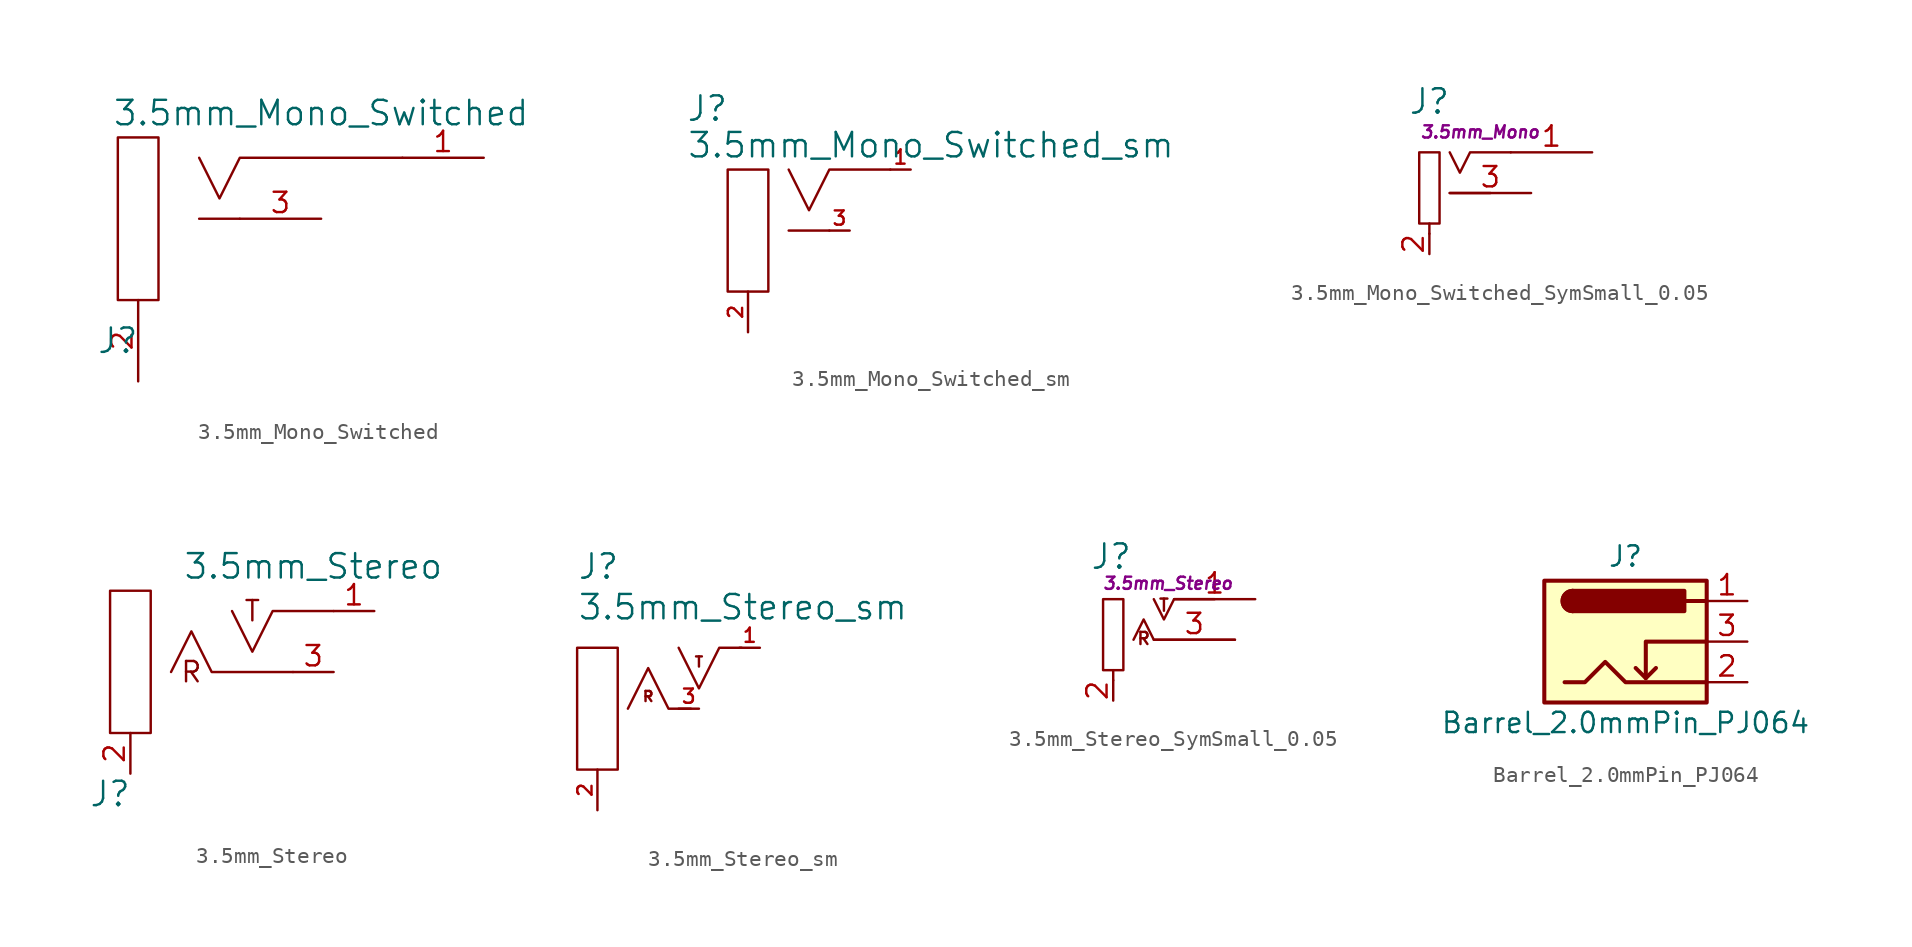
<source format=kicad_sym>
(kicad_symbol_lib
  (version 20211014)
  (generator kicad_symbol_editor)
  (symbol "3.5mm_Mono_Switched"
    (pin_names
      (offset 0) hide)
    (property "Reference" "J"
      (at -6.35 -7.62 0)
      (effects (font (size 1.524 1.524))))
    (property "Value" "3.5mm_Mono_Switched"
      (at 6.35 6.604 0)
      (effects (font (size 1.524 1.524))))
    (property "Datasheet" ""
      (at 0 0 0)
      (effects (font (size 1.524 1.524))))
    (symbol "3.5mm_Mono_Switched_0_0"
      (rectangle (start -6.35 5.08) (end -3.81 -5.08) (stroke (width 0) (type default) (color 0 0 0 0)) (fill (type none)))
      (polyline (pts (xy -1.27 0) (xy 1.27 0)) (stroke (width 0) (type default) (color 0 0 0 0)) (fill (type none)))
      (polyline (pts (xy -1.27 3.81) (xy 0 1.27) (xy 1.27 3.81) (xy 11.43 3.81)) (stroke (width 0) (type default) (color 0 0 0 0)) (fill (type none))))
    (symbol "3.5mm_Mono_Switched_1_1"
      (pin passive line (at 16.51 3.81 180) (length 5.08) (name "SIG" (effects (font (size 1.27 1.27)))) (number "1" (effects (font (size 1.27 1.27)))))
      (pin passive line (at -5.08 -10.16 90) (length 5.08) (name "SHEILD" (effects (font (size 1.27 1.27)))) (number "2" (effects (font (size 1.27 1.27)))))
      (pin passive line (at 6.35 0 180) (length 5.08) (name "SW" (effects (font (size 1.27 1.27)))) (number "3" (effects (font (size 1.27 1.27)))))))
  (symbol "3.5mm_Mono_Switched_sm"
    (pin_names
      (offset 0) hide)
    (property "Reference" "J"
      (at -7.62 8.89 0)
      (effects (font (size 1.524 1.524))))
    (property "Value" "3.5mm_Mono_Switched_sm"
      (at 6.35 6.604 0)
      (effects (font (size 1.524 1.524))))
    (property "Datasheet" ""
      (at -1.27 1.27 0)
      (effects (font (size 1.524 1.524))))
    (symbol "3.5mm_Mono_Switched_sm_0_0"
      (rectangle (start -6.35 5.08) (end -3.81 -2.54) (stroke (width 0) (type default) (color 0 0 0 0)) (fill (type none)))
      (polyline (pts (xy -2.54 1.27) (xy 0 1.27)) (stroke (width 0) (type default) (color 0 0 0 0)) (fill (type none)))
      (polyline (pts (xy -2.54 5.08) (xy -1.27 2.54) (xy 0 5.08) (xy 3.81 5.08)) (stroke (width 0) (type default) (color 0 0 0 0)) (fill (type none))))
    (symbol "3.5mm_Mono_Switched_sm_1_1"
      (pin passive line (at 5.08 5.08 180) (length 1.27) (name "SIG" (effects (font (size 1.27 1.27)))) (number "1" (effects (font (size 0.889 0.889)))))
      (pin passive line (at -5.08 -5.08 90) (length 2.54) (name "SHEILD" (effects (font (size 1.27 1.27)))) (number "2" (effects (font (size 0.889 0.889)))))
      (pin passive line (at 1.27 1.27 180) (length 1.27) (name "SW" (effects (font (size 1.27 1.27)))) (number "3" (effects (font (size 0.889 0.889)))))))
  (symbol "3.5mm_Mono_Switched_SymSmall_0.05"
    (pin_names
      (offset 0) hide)
    (property "Reference" "J"
      (at -2.54 5.715 0)
      (effects (font (size 1.524 1.524))))
    (property "Datasheet" ""
      (at 0 0 0)
      (effects (font (size 1.524 1.524))))
    (property "Display" "3.5mm_Mono"
      (at 0.635 3.81 0)
      (effects (font (size 0.762 0.762) bold italic)))
    (symbol "3.5mm_Mono_Switched_SymSmall_0.05_0_0"
      (polyline (pts (xy -1.27 0) (xy 1.27 0)) (stroke (width 0) (type default) (color 0 0 0 0)) (fill (type none))))
    (symbol "3.5mm_Mono_Switched_SymSmall_0.05_0_1"
      (rectangle (start -3.175 2.54) (end -1.905 -1.905) (stroke (width 0) (type default) (color 0 0 0 0)) (fill (type none)))
      (polyline (pts (xy -2.54 -2.54) (xy -2.54 -1.905)) (stroke (width 0) (type default) (color 0 0 0 0)) (fill (type none)))
      (polyline (pts (xy -1.27 2.54) (xy -0.635 1.27) (xy 0 2.54) (xy 2.54 2.54)) (stroke (width 0) (type default) (color 0 0 0 0)) (fill (type none))))
    (symbol "3.5mm_Mono_Switched_SymSmall_0.05_1_1"
      (pin passive line (at 7.62 2.54 180) (length 5.08) (name "SIG" (effects (font (size 1.27 1.27)))) (number "1" (effects (font (size 1.27 1.27)))))
      (pin passive line (at -2.54 -3.81 90) (length 1.27) (name "SHEILD" (effects (font (size 1.27 1.27)))) (number "2" (effects (font (size 1.27 1.27)))))
      (pin passive line (at 3.81 0 180) (length 5.08) (name "SW" (effects (font (size 1.27 1.27)))) (number "3" (effects (font (size 1.27 1.27)))))))
  (symbol "3.5mm_Stereo"
    (pin_names
      (offset 0) hide)
    (property "Reference" "J"
      (at -6.35 -7.62 0)
      (effects (font (size 1.524 1.524))))
    (property "Value" "3.5mm_Stereo"
      (at 6.35 6.604 0)
      (effects (font (size 1.524 1.524))))
    (property "Datasheet" ""
      (at 2.54 0 0)
      (effects (font (size 1.524 1.524))))
    (symbol "3.5mm_Stereo_0_0"
      (rectangle (start -6.35 5.08) (end -3.81 -3.81) (stroke (width 0) (type default) (color 0 0 0 0)) (fill (type none)))
      (polyline (pts (xy 1.27 3.81) (xy 2.54 1.27) (xy 3.81 3.81) (xy 7.62 3.81)) (stroke (width 0) (type default) (color 0 0 0 0)) (fill (type none)))
      (text "R" (at -1.27 0 0) (effects (font (size 1.27 1.27))))
      (text "T" (at 2.54 3.81 0) (effects (font (size 1.27 1.27)))))
    (symbol "3.5mm_Stereo_0_1"
      (polyline (pts (xy 5.08 0) (xy 0 0) (xy -1.27 2.54) (xy -2.54 0)) (stroke (width 0) (type default) (color 0 0 0 0)) (fill (type none))))
    (symbol "3.5mm_Stereo_1_1"
      (pin passive line (at 10.16 3.81 180) (length 2.54) (name "SIG" (effects (font (size 1.27 1.27)))) (number "1" (effects (font (size 1.27 1.27)))))
      (pin passive line (at -5.08 -6.35 90) (length 2.54) (name "SHEILD" (effects (font (size 1.27 1.27)))) (number "2" (effects (font (size 1.27 1.27)))))
      (pin passive line (at 7.62 0 180) (length 2.54) (name "SW" (effects (font (size 1.27 1.27)))) (number "3" (effects (font (size 1.27 1.27)))))))
  (symbol "3.5mm_Stereo_sm"
    (pin_names
      (offset 0) hide)
    (property "Reference" "J"
      (at -6.35 8.89 0)
      (effects (font (size 1.524 1.524)) (justify left)))
    (property "Value" "3.5mm_Stereo_sm"
      (at -6.35 6.35 0)
      (effects (font (size 1.524 1.524)) (justify left)))
    (property "Datasheet" ""
      (at -1.27 0 0)
      (effects (font (size 1.524 1.524))))
    (symbol "3.5mm_Stereo_sm_0_0"
      (rectangle (start -6.35 3.81) (end -3.81 -3.81) (stroke (width 0) (type default) (color 0 0 0 0)) (fill (type none)))
      (polyline (pts (xy 0 3.81) (xy 1.27 1.27) (xy 2.54 3.81) (xy 3.937 3.81)) (stroke (width 0) (type default) (color 0 0 0 0)) (fill (type none)))
      (text "R" (at -1.905 0.762 0) (effects (font (size 0.635 0.635))))
      (text "T" (at 1.27 2.921 0) (effects (font (size 0.635 0.635)))))
    (symbol "3.5mm_Stereo_sm_1_1"
      (polyline (pts (xy -3.175 0) (xy -1.905 2.54) (xy -0.635 0) (xy 0.762 0)) (stroke (width 0) (type default) (color 0 0 0 0)) (fill (type none)))
      (pin passive line (at 5.08 3.81 180) (length 1.27) (name "SIG" (effects (font (size 1.27 1.27)))) (number "1" (effects (font (size 0.889 0.889)))))
      (pin passive line (at -5.08 -6.35 90) (length 2.54) (name "SHEILD" (effects (font (size 1.27 1.27)))) (number "2" (effects (font (size 0.889 0.889)))))
      (pin passive line (at 1.27 0 180) (length 1.27) (name "SW" (effects (font (size 1.27 1.27)))) (number "3" (effects (font (size 0.889 0.889)))))))
  (symbol "3.5mm_Stereo_SymSmall_0.05"
    (pin_names
      (offset 0) hide)
    (property "Reference" "J"
      (at -2.667 5.207 0)
      (effects (font (size 1.524 1.524))))
    (property "Datasheet" ""
      (at 2.54 0 0)
      (effects (font (size 1.524 1.524))))
    (property "Display" "3.5mm_Stereo"
      (at 0.889 3.531 0)
      (effects (font (size 0.762 0.762) bold italic)))
    (symbol "3.5mm_Stereo_SymSmall_0.05_0_0"
      (text "R" (at -0.635 0.076 0) (effects (font (size 0.762 0.762))))
      (text "T" (at 0.635 2.159 0) (effects (font (size 0.762 0.762)))))
    (symbol "3.5mm_Stereo_SymSmall_0.05_0_1"
      (rectangle (start -3.175 2.54) (end -1.905 -1.905) (stroke (width 0) (type default) (color 0 0 0 0)) (fill (type none)))
      (polyline (pts (xy -2.54 -2.54) (xy -2.54 -1.905)) (stroke (width 0) (type default) (color 0 0 0 0)) (fill (type none)))
      (polyline (pts (xy -1.27 0) (xy -0.635 1.27) (xy 0 0) (xy 5.08 0)) (stroke (width 0) (type default) (color 0 0 0 0)) (fill (type none)))
      (polyline (pts (xy 0 2.54) (xy 0.635 1.27) (xy 1.27 2.54) (xy 3.81 2.54)) (stroke (width 0) (type default) (color 0 0 0 0)) (fill (type none))))
    (symbol "3.5mm_Stereo_SymSmall_0.05_1_1"
      (pin passive line (at 6.35 2.54 180) (length 5.08) (name "SIG" (effects (font (size 1.27 1.27)))) (number "1" (effects (font (size 1.27 1.27)))))
      (pin passive line (at -2.54 -3.81 90) (length 1.27) (name "SHEILD" (effects (font (size 1.27 1.27)))) (number "2" (effects (font (size 1.27 1.27)))))
      (pin passive line (at 5.08 0 180) (length 5.08) (name "SW" (effects (font (size 1.27 1.27)))) (number "3" (effects (font (size 1.27 1.27)))))))
  (symbol "Barrel_2.0mmPin_PJ064"
    (pin_names hide)
    (property "Reference" "J"
      (at 0 5.334 0)
      (effects (font (size 1.27 1.27))))
    (property "Value" "Barrel_2.0mmPin_PJ064"
      (at 0 -5.08 0)
      (effects (font (size 1.27 1.27))))
    (symbol "Barrel_2.0mmPin_PJ064_0_1"
      (rectangle (start -5.08 3.81) (end 5.08 -3.81) (stroke (width 0.254) (type default) (color 0 0 0 0)) (fill (type background)))
      (arc (start -3.302 3.175) (mid -3.937 2.54) (end -3.302 1.905) (stroke (width 0.254) (type default) (color 0 0 0 0)) (fill (type none)))
      (arc (start -3.302 3.175) (mid -3.937 2.54) (end -3.302 1.905) (stroke (width 0.254) (type default) (color 0 0 0 0)) (fill (type outline)))
      (polyline (pts (xy 1.27 -2.286) (xy 1.905 -1.651)) (stroke (width 0.254) (type default) (color 0 0 0 0)) (fill (type none)))
      (polyline (pts (xy 5.08 2.54) (xy 3.81 2.54)) (stroke (width 0.254) (type default) (color 0 0 0 0)) (fill (type none)))
      (polyline (pts (xy 5.08 0) (xy 1.27 0) (xy 1.27 -2.286) (xy 0.635 -1.651)) (stroke (width 0.254) (type default) (color 0 0 0 0)) (fill (type none)))
      (polyline (pts (xy -3.81 -2.54) (xy -2.54 -2.54) (xy -1.27 -1.27) (xy 0 -2.54) (xy 2.54 -2.54) (xy 5.08 -2.54)) (stroke (width 0.254) (type default) (color 0 0 0 0)) (fill (type none)))
      (rectangle (start 3.683 3.175) (end -3.302 1.905) (stroke (width 0.254) (type default) (color 0 0 0 0)) (fill (type outline))))
    (symbol "Barrel_2.0mmPin_PJ064_1_1"
      (pin passive line (at 7.62 2.54 180) (length 2.54) (name "~" (effects (font (size 1.27 1.27)))) (number "1" (effects (font (size 1.27 1.27)))))
      (pin passive line (at 7.62 -2.54 180) (length 2.54) (name "~" (effects (font (size 1.27 1.27)))) (number "2" (effects (font (size 1.27 1.27)))))
      (pin passive line (at 7.62 0 180) (length 2.54) (name "~" (effects (font (size 1.27 1.27)))) (number "3" (effects (font (size 1.27 1.27))))))))
</source>
